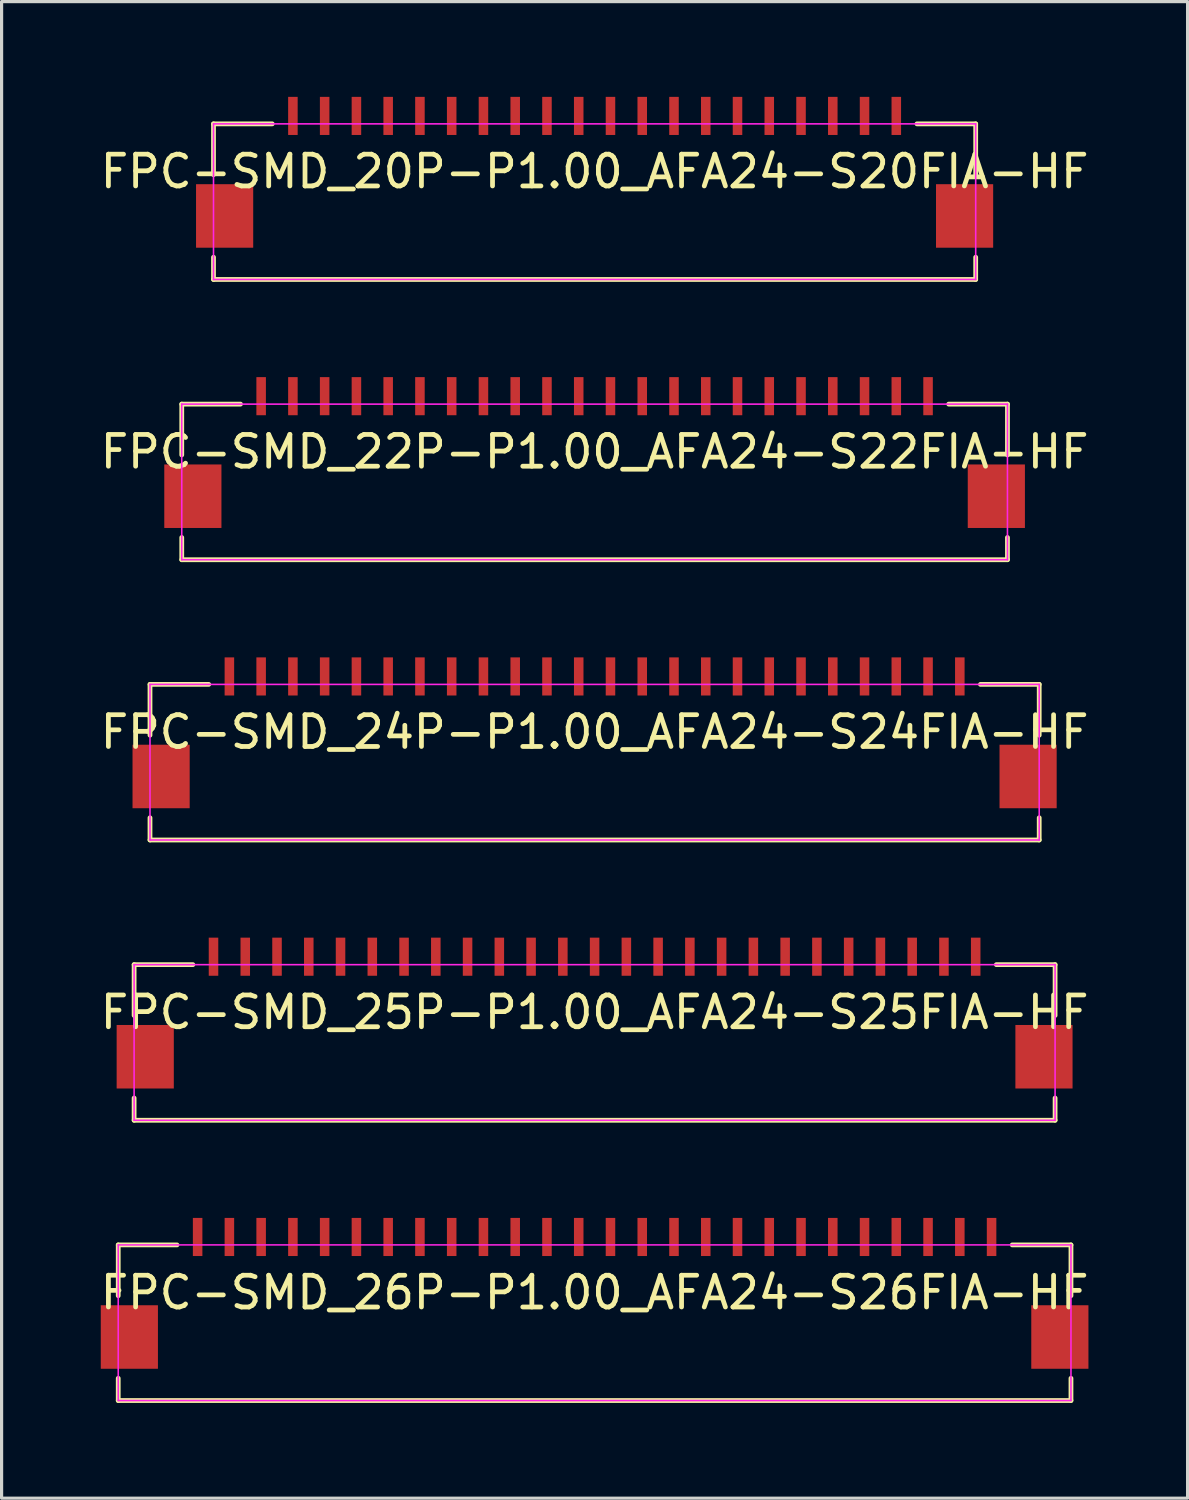
<source format=kicad_pcb>
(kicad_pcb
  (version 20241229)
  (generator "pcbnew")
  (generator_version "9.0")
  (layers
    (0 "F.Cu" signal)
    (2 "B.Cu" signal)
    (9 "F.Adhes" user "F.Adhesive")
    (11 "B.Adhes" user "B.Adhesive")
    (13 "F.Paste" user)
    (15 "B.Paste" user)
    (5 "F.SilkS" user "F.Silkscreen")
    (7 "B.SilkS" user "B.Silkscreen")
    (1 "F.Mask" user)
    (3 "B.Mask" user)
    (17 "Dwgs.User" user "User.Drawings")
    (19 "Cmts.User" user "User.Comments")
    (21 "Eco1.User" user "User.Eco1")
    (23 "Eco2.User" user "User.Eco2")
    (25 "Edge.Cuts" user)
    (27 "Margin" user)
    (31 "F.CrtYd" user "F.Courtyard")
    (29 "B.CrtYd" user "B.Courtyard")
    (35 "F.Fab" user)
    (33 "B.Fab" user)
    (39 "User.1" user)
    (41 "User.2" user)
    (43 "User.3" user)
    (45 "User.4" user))
  (footprint "FPC-SMD_26P-P1.00_AFA24-S26FIA-HF"
    (layer "F.Cu")
    (at 15.673 35.9)
    (property "Reference" "FPC-SMD_26P-P1.00_AFA24-S26FIA-HF" (at 0 1.75 0) (unlocked yes) (layer "F.SilkS") (effects (font (size 1 1) (thickness 0.15))))
    (fp_line (start -15 0.25) (end -15 1.85) (stroke (width 0.15) (type default)) (layer "F.SilkS"))
    (fp_line (start -15 0.25) (end -13.15 0.25) (stroke (width 0.15) (type default)) (layer "F.SilkS"))
    (fp_line (start -15 4.45) (end -15 5.15) (stroke (width 0.15) (type default)) (layer "F.SilkS"))
    (fp_line (start -15 5.15) (end 15 5.15) (stroke (width 0.15) (type default)) (layer "F.SilkS"))
    (fp_line (start 15 0.25) (end 13.15 0.25) (stroke (width 0.15) (type default)) (layer "F.SilkS"))
    (fp_line (start 15 0.25) (end 15 1.85) (stroke (width 0.15) (type default)) (layer "F.SilkS"))
    (fp_line (start 15 4.45) (end 15 5.15) (stroke (width 0.15) (type default)) (layer "F.SilkS"))
    (fp_line (start -15 0.25) (end -15 5.15) (stroke (width 0.05) (type default)) (layer "F.CrtYd"))
    (fp_line (start -15 0.25) (end 15 0.25) (stroke (width 0.05) (type default)) (layer "F.CrtYd"))
    (fp_line (start -15 5.15) (end 15 5.15) (stroke (width 0.05) (type default)) (layer "F.CrtYd"))
    (fp_line (start 15 0.25) (end 15 5.15) (stroke (width 0.05) (type default)) (layer "F.CrtYd"))
    (pad "0" smd rect (at -14.65 3.15) (size 1.8 2) (layers "F.Cu" "F.Mask" "F.Paste"))
    (pad "0" smd rect (at 14.65 3.15) (size 1.8 2) (layers "F.Cu" "F.Mask" "F.Paste"))
    (pad "1" smd rect (at -12.5 0) (size 0.3 1.2) (layers "F.Cu" "F.Mask" "F.Paste"))
    (pad "2" smd rect (at -11.5 0) (size 0.3 1.2) (layers "F.Cu" "F.Mask" "F.Paste"))
    (pad "3" smd rect (at -10.5 0) (size 0.3 1.2) (layers "F.Cu" "F.Mask" "F.Paste"))
    (pad "4" smd rect (at -9.5 0) (size 0.3 1.2) (layers "F.Cu" "F.Mask" "F.Paste"))
    (pad "5" smd rect (at -8.5 0) (size 0.3 1.2) (layers "F.Cu" "F.Mask" "F.Paste"))
    (pad "6" smd rect (at -7.5 0) (size 0.3 1.2) (layers "F.Cu" "F.Mask" "F.Paste"))
    (pad "7" smd rect (at -6.5 0) (size 0.3 1.2) (layers "F.Cu" "F.Mask" "F.Paste"))
    (pad "8" smd rect (at -5.5 0) (size 0.3 1.2) (layers "F.Cu" "F.Mask" "F.Paste"))
    (pad "9" smd rect (at -4.5 0) (size 0.3 1.2) (layers "F.Cu" "F.Mask" "F.Paste"))
    (pad "10" smd rect (at -3.5 0) (size 0.3 1.2) (layers "F.Cu" "F.Mask" "F.Paste"))
    (pad "11" smd rect (at -2.5 0) (size 0.3 1.2) (layers "F.Cu" "F.Mask" "F.Paste"))
    (pad "12" smd rect (at -1.5 0) (size 0.3 1.2) (layers "F.Cu" "F.Mask" "F.Paste"))
    (pad "13" smd rect (at -0.5 0) (size 0.3 1.2) (layers "F.Cu" "F.Mask" "F.Paste"))
    (pad "14" smd rect (at 0.5 0) (size 0.3 1.2) (layers "F.Cu" "F.Mask" "F.Paste"))
    (pad "15" smd rect (at 1.5 0) (size 0.3 1.2) (layers "F.Cu" "F.Mask" "F.Paste"))
    (pad "16" smd rect (at 2.5 0) (size 0.3 1.2) (layers "F.Cu" "F.Mask" "F.Paste"))
    (pad "17" smd rect (at 3.5 0) (size 0.3 1.2) (layers "F.Cu" "F.Mask" "F.Paste"))
    (pad "18" smd rect (at 4.5 0) (size 0.3 1.2) (layers "F.Cu" "F.Mask" "F.Paste"))
    (pad "19" smd rect (at 5.5 0) (size 0.3 1.2) (layers "F.Cu" "F.Mask" "F.Paste"))
    (pad "20" smd rect (at 6.5 0) (size 0.3 1.2) (layers "F.Cu" "F.Mask" "F.Paste"))
    (pad "21" smd rect (at 7.5 0) (size 0.3 1.2) (layers "F.Cu" "F.Mask" "F.Paste"))
    (pad "22" smd rect (at 8.5 0) (size 0.3 1.2) (layers "F.Cu" "F.Mask" "F.Paste"))
    (pad "23" smd rect (at 9.5 0) (size 0.3 1.2) (layers "F.Cu" "F.Mask" "F.Paste"))
    (pad "24" smd rect (at 10.5 0) (size 0.3 1.2) (layers "F.Cu" "F.Mask" "F.Paste"))
    (pad "25" smd rect (at 11.5 0) (size 0.3 1.2) (layers "F.Cu" "F.Mask" "F.Paste"))
    (pad "26" smd rect (at 12.5 0) (size 0.3 1.2) (layers "F.Cu" "F.Mask" "F.Paste")))
  (footprint "FPC-SMD_22P-P1.00_AFA24-S22FIA-HF"
    (layer "F.Cu")
    (at 15.673 9.425)
    (property "Reference" "FPC-SMD_22P-P1.00_AFA24-S22FIA-HF" (at 0 1.75 0) (unlocked yes) (layer "F.SilkS") (effects (font (size 1 1) (thickness 0.15))))
    (fp_line (start -13 0.25) (end -13 1.85) (stroke (width 0.15) (type default)) (layer "F.SilkS"))
    (fp_line (start -13 0.25) (end -11.15 0.25) (stroke (width 0.15) (type default)) (layer "F.SilkS"))
    (fp_line (start -13 4.45) (end -13 5.15) (stroke (width 0.15) (type default)) (layer "F.SilkS"))
    (fp_line (start -13 5.15) (end 13 5.15) (stroke (width 0.15) (type default)) (layer "F.SilkS"))
    (fp_line (start 13 0.25) (end 11.15 0.25) (stroke (width 0.15) (type default)) (layer "F.SilkS"))
    (fp_line (start 13 0.25) (end 13 1.85) (stroke (width 0.15) (type default)) (layer "F.SilkS"))
    (fp_line (start 13 4.45) (end 13 5.15) (stroke (width 0.15) (type default)) (layer "F.SilkS"))
    (fp_line (start -13 0.25) (end -13 5.15) (stroke (width 0.05) (type default)) (layer "F.CrtYd"))
    (fp_line (start -13 0.25) (end 13 0.25) (stroke (width 0.05) (type default)) (layer "F.CrtYd"))
    (fp_line (start -13 5.15) (end 13 5.15) (stroke (width 0.05) (type default)) (layer "F.CrtYd"))
    (fp_line (start 13 0.25) (end 13 5.15) (stroke (width 0.05) (type default)) (layer "F.CrtYd"))
    (pad "0" smd rect (at -12.65 3.15) (size 1.8 2) (layers "F.Cu" "F.Mask" "F.Paste"))
    (pad "0" smd rect (at 12.65 3.15) (size 1.8 2) (layers "F.Cu" "F.Mask" "F.Paste"))
    (pad "1" smd rect (at -10.5 0) (size 0.3 1.2) (layers "F.Cu" "F.Mask" "F.Paste"))
    (pad "2" smd rect (at -9.5 0) (size 0.3 1.2) (layers "F.Cu" "F.Mask" "F.Paste"))
    (pad "3" smd rect (at -8.5 0) (size 0.3 1.2) (layers "F.Cu" "F.Mask" "F.Paste"))
    (pad "4" smd rect (at -7.5 0) (size 0.3 1.2) (layers "F.Cu" "F.Mask" "F.Paste"))
    (pad "5" smd rect (at -6.5 0) (size 0.3 1.2) (layers "F.Cu" "F.Mask" "F.Paste"))
    (pad "6" smd rect (at -5.5 0) (size 0.3 1.2) (layers "F.Cu" "F.Mask" "F.Paste"))
    (pad "7" smd rect (at -4.5 0) (size 0.3 1.2) (layers "F.Cu" "F.Mask" "F.Paste"))
    (pad "8" smd rect (at -3.5 0) (size 0.3 1.2) (layers "F.Cu" "F.Mask" "F.Paste"))
    (pad "9" smd rect (at -2.5 0) (size 0.3 1.2) (layers "F.Cu" "F.Mask" "F.Paste"))
    (pad "10" smd rect (at -1.5 0) (size 0.3 1.2) (layers "F.Cu" "F.Mask" "F.Paste"))
    (pad "11" smd rect (at -0.5 0) (size 0.3 1.2) (layers "F.Cu" "F.Mask" "F.Paste"))
    (pad "12" smd rect (at 0.5 0) (size 0.3 1.2) (layers "F.Cu" "F.Mask" "F.Paste"))
    (pad "13" smd rect (at 1.5 0) (size 0.3 1.2) (layers "F.Cu" "F.Mask" "F.Paste"))
    (pad "14" smd rect (at 2.5 0) (size 0.3 1.2) (layers "F.Cu" "F.Mask" "F.Paste"))
    (pad "15" smd rect (at 3.5 0) (size 0.3 1.2) (layers "F.Cu" "F.Mask" "F.Paste"))
    (pad "16" smd rect (at 4.5 0) (size 0.3 1.2) (layers "F.Cu" "F.Mask" "F.Paste"))
    (pad "17" smd rect (at 5.5 0) (size 0.3 1.2) (layers "F.Cu" "F.Mask" "F.Paste"))
    (pad "18" smd rect (at 6.5 0) (size 0.3 1.2) (layers "F.Cu" "F.Mask" "F.Paste"))
    (pad "19" smd rect (at 7.5 0) (size 0.3 1.2) (layers "F.Cu" "F.Mask" "F.Paste"))
    (pad "20" smd rect (at 8.5 0) (size 0.3 1.2) (layers "F.Cu" "F.Mask" "F.Paste"))
    (pad "21" smd rect (at 9.5 0) (size 0.3 1.2) (layers "F.Cu" "F.Mask" "F.Paste"))
    (pad "22" smd rect (at 10.5 0) (size 0.3 1.2) (layers "F.Cu" "F.Mask" "F.Paste")))
  (footprint "FPC-SMD_24P-P1.00_AFA24-S24FIA-HF"
    (layer "F.Cu")
    (at 15.673 18.25)
    (property "Reference" "FPC-SMD_24P-P1.00_AFA24-S24FIA-HF" (at 0 1.75 0) (unlocked yes) (layer "F.SilkS") (effects (font (size 1 1) (thickness 0.15))))
    (fp_line (start -14 0.25) (end -14 1.85) (stroke (width 0.15) (type default)) (layer "F.SilkS"))
    (fp_line (start -14 0.25) (end -12.15 0.25) (stroke (width 0.15) (type default)) (layer "F.SilkS"))
    (fp_line (start -14 4.45) (end -14 5.15) (stroke (width 0.15) (type default)) (layer "F.SilkS"))
    (fp_line (start -14 5.15) (end 14 5.15) (stroke (width 0.15) (type default)) (layer "F.SilkS"))
    (fp_line (start 14 0.25) (end 12.15 0.25) (stroke (width 0.15) (type default)) (layer "F.SilkS"))
    (fp_line (start 14 0.25) (end 14 1.85) (stroke (width 0.15) (type default)) (layer "F.SilkS"))
    (fp_line (start 14 4.45) (end 14 5.15) (stroke (width 0.15) (type default)) (layer "F.SilkS"))
    (fp_line (start -14 0.25) (end -14 5.15) (stroke (width 0.05) (type default)) (layer "F.CrtYd"))
    (fp_line (start -14 0.25) (end 14 0.25) (stroke (width 0.05) (type default)) (layer "F.CrtYd"))
    (fp_line (start -14 5.15) (end 14 5.15) (stroke (width 0.05) (type default)) (layer "F.CrtYd"))
    (fp_line (start 14 0.25) (end 14 5.15) (stroke (width 0.05) (type default)) (layer "F.CrtYd"))
    (pad "0" smd rect (at -13.65 3.15) (size 1.8 2) (layers "F.Cu" "F.Mask" "F.Paste"))
    (pad "0" smd rect (at 13.65 3.15) (size 1.8 2) (layers "F.Cu" "F.Mask" "F.Paste"))
    (pad "1" smd rect (at -11.5 0) (size 0.3 1.2) (layers "F.Cu" "F.Mask" "F.Paste"))
    (pad "2" smd rect (at -10.5 0) (size 0.3 1.2) (layers "F.Cu" "F.Mask" "F.Paste"))
    (pad "3" smd rect (at -9.5 0) (size 0.3 1.2) (layers "F.Cu" "F.Mask" "F.Paste"))
    (pad "4" smd rect (at -8.5 0) (size 0.3 1.2) (layers "F.Cu" "F.Mask" "F.Paste"))
    (pad "5" smd rect (at -7.5 0) (size 0.3 1.2) (layers "F.Cu" "F.Mask" "F.Paste"))
    (pad "6" smd rect (at -6.5 0) (size 0.3 1.2) (layers "F.Cu" "F.Mask" "F.Paste"))
    (pad "7" smd rect (at -5.5 0) (size 0.3 1.2) (layers "F.Cu" "F.Mask" "F.Paste"))
    (pad "8" smd rect (at -4.5 0) (size 0.3 1.2) (layers "F.Cu" "F.Mask" "F.Paste"))
    (pad "9" smd rect (at -3.5 0) (size 0.3 1.2) (layers "F.Cu" "F.Mask" "F.Paste"))
    (pad "10" smd rect (at -2.5 0) (size 0.3 1.2) (layers "F.Cu" "F.Mask" "F.Paste"))
    (pad "11" smd rect (at -1.5 0) (size 0.3 1.2) (layers "F.Cu" "F.Mask" "F.Paste"))
    (pad "12" smd rect (at -0.5 0) (size 0.3 1.2) (layers "F.Cu" "F.Mask" "F.Paste"))
    (pad "13" smd rect (at 0.5 0) (size 0.3 1.2) (layers "F.Cu" "F.Mask" "F.Paste"))
    (pad "14" smd rect (at 1.5 0) (size 0.3 1.2) (layers "F.Cu" "F.Mask" "F.Paste"))
    (pad "15" smd rect (at 2.5 0) (size 0.3 1.2) (layers "F.Cu" "F.Mask" "F.Paste"))
    (pad "16" smd rect (at 3.5 0) (size 0.3 1.2) (layers "F.Cu" "F.Mask" "F.Paste"))
    (pad "17" smd rect (at 4.5 0) (size 0.3 1.2) (layers "F.Cu" "F.Mask" "F.Paste"))
    (pad "18" smd rect (at 5.5 0) (size 0.3 1.2) (layers "F.Cu" "F.Mask" "F.Paste"))
    (pad "19" smd rect (at 6.5 0) (size 0.3 1.2) (layers "F.Cu" "F.Mask" "F.Paste"))
    (pad "20" smd rect (at 7.5 0) (size 0.3 1.2) (layers "F.Cu" "F.Mask" "F.Paste"))
    (pad "21" smd rect (at 8.5 0) (size 0.3 1.2) (layers "F.Cu" "F.Mask" "F.Paste"))
    (pad "22" smd rect (at 9.5 0) (size 0.3 1.2) (layers "F.Cu" "F.Mask" "F.Paste"))
    (pad "23" smd rect (at 10.5 0) (size 0.3 1.2) (layers "F.Cu" "F.Mask" "F.Paste"))
    (pad "24" smd rect (at 11.5 0) (size 0.3 1.2) (layers "F.Cu" "F.Mask" "F.Paste")))
  (footprint "FPC-SMD_25P-P1.00_AFA24-S25FIA-HF"
    (layer "F.Cu")
    (at 15.673 27.075)
    (property "Reference" "FPC-SMD_25P-P1.00_AFA24-S25FIA-HF" (at 0 1.75 0) (unlocked yes) (layer "F.SilkS") (effects (font (size 1 1) (thickness 0.15))))
    (fp_line (start -14.5 0.25) (end -14.5 1.85) (stroke (width 0.15) (type default)) (layer "F.SilkS"))
    (fp_line (start -14.5 0.25) (end -12.65 0.25) (stroke (width 0.15) (type default)) (layer "F.SilkS"))
    (fp_line (start -14.5 4.45) (end -14.5 5.15) (stroke (width 0.15) (type default)) (layer "F.SilkS"))
    (fp_line (start -14.5 5.15) (end 14.5 5.15) (stroke (width 0.15) (type default)) (layer "F.SilkS"))
    (fp_line (start 14.5 0.25) (end 12.65 0.25) (stroke (width 0.15) (type default)) (layer "F.SilkS"))
    (fp_line (start 14.5 0.25) (end 14.5 1.85) (stroke (width 0.15) (type default)) (layer "F.SilkS"))
    (fp_line (start 14.5 4.45) (end 14.5 5.15) (stroke (width 0.15) (type default)) (layer "F.SilkS"))
    (fp_line (start -14.5 0.25) (end -14.5 5.15) (stroke (width 0.05) (type default)) (layer "F.CrtYd"))
    (fp_line (start -14.5 0.25) (end 14.5 0.25) (stroke (width 0.05) (type default)) (layer "F.CrtYd"))
    (fp_line (start -14.5 5.15) (end 14.5 5.15) (stroke (width 0.05) (type default)) (layer "F.CrtYd"))
    (fp_line (start 14.5 0.25) (end 14.5 5.15) (stroke (width 0.05) (type default)) (layer "F.CrtYd"))
    (pad "0" smd rect (at -14.15 3.15) (size 1.8 2) (layers "F.Cu" "F.Mask" "F.Paste"))
    (pad "0" smd rect (at 14.15 3.15) (size 1.8 2) (layers "F.Cu" "F.Mask" "F.Paste"))
    (pad "1" smd rect (at -12 0) (size 0.3 1.2) (layers "F.Cu" "F.Mask" "F.Paste"))
    (pad "2" smd rect (at -11 0) (size 0.3 1.2) (layers "F.Cu" "F.Mask" "F.Paste"))
    (pad "3" smd rect (at -10 0) (size 0.3 1.2) (layers "F.Cu" "F.Mask" "F.Paste"))
    (pad "4" smd rect (at -9 0) (size 0.3 1.2) (layers "F.Cu" "F.Mask" "F.Paste"))
    (pad "5" smd rect (at -8 0) (size 0.3 1.2) (layers "F.Cu" "F.Mask" "F.Paste"))
    (pad "6" smd rect (at -7 0) (size 0.3 1.2) (layers "F.Cu" "F.Mask" "F.Paste"))
    (pad "7" smd rect (at -6 0) (size 0.3 1.2) (layers "F.Cu" "F.Mask" "F.Paste"))
    (pad "8" smd rect (at -5 0) (size 0.3 1.2) (layers "F.Cu" "F.Mask" "F.Paste"))
    (pad "9" smd rect (at -4 0) (size 0.3 1.2) (layers "F.Cu" "F.Mask" "F.Paste"))
    (pad "10" smd rect (at -3 0) (size 0.3 1.2) (layers "F.Cu" "F.Mask" "F.Paste"))
    (pad "11" smd rect (at -2 0) (size 0.3 1.2) (layers "F.Cu" "F.Mask" "F.Paste"))
    (pad "12" smd rect (at -1 0) (size 0.3 1.2) (layers "F.Cu" "F.Mask" "F.Paste"))
    (pad "13" smd rect (at 0 0) (size 0.3 1.2) (layers "F.Cu" "F.Mask" "F.Paste"))
    (pad "14" smd rect (at 1 0) (size 0.3 1.2) (layers "F.Cu" "F.Mask" "F.Paste"))
    (pad "15" smd rect (at 2 0) (size 0.3 1.2) (layers "F.Cu" "F.Mask" "F.Paste"))
    (pad "16" smd rect (at 3 0) (size 0.3 1.2) (layers "F.Cu" "F.Mask" "F.Paste"))
    (pad "17" smd rect (at 4 0) (size 0.3 1.2) (layers "F.Cu" "F.Mask" "F.Paste"))
    (pad "18" smd rect (at 5 0) (size 0.3 1.2) (layers "F.Cu" "F.Mask" "F.Paste"))
    (pad "19" smd rect (at 6 0) (size 0.3 1.2) (layers "F.Cu" "F.Mask" "F.Paste"))
    (pad "20" smd rect (at 7 0) (size 0.3 1.2) (layers "F.Cu" "F.Mask" "F.Paste"))
    (pad "21" smd rect (at 8 0) (size 0.3 1.2) (layers "F.Cu" "F.Mask" "F.Paste"))
    (pad "22" smd rect (at 9 0) (size 0.3 1.2) (layers "F.Cu" "F.Mask" "F.Paste"))
    (pad "23" smd rect (at 10 0) (size 0.3 1.2) (layers "F.Cu" "F.Mask" "F.Paste"))
    (pad "24" smd rect (at 11 0) (size 0.3 1.2) (layers "F.Cu" "F.Mask" "F.Paste"))
    (pad "25" smd rect (at 12 0) (size 0.3 1.2) (layers "F.Cu" "F.Mask" "F.Paste")))
  (footprint "FPC-SMD_20P-P1.00_AFA24-S20FIA-HF"
    (layer "F.Cu")
    (at 15.673 0.6)
    (property "Reference" "FPC-SMD_20P-P1.00_AFA24-S20FIA-HF" (at 0 1.75 0) (unlocked yes) (layer "F.SilkS") (effects (font (size 1 1) (thickness 0.15))))
    (fp_line (start -12 0.25) (end -12 1.85) (stroke (width 0.15) (type default)) (layer "F.SilkS"))
    (fp_line (start -12 0.25) (end -10.15 0.25) (stroke (width 0.15) (type default)) (layer "F.SilkS"))
    (fp_line (start -12 4.45) (end -12 5.15) (stroke (width 0.15) (type default)) (layer "F.SilkS"))
    (fp_line (start -12 5.15) (end 12 5.15) (stroke (width 0.15) (type default)) (layer "F.SilkS"))
    (fp_line (start 12 0.25) (end 10.15 0.25) (stroke (width 0.15) (type default)) (layer "F.SilkS"))
    (fp_line (start 12 0.25) (end 12 1.85) (stroke (width 0.15) (type default)) (layer "F.SilkS"))
    (fp_line (start 12 4.45) (end 12 5.15) (stroke (width 0.15) (type default)) (layer "F.SilkS"))
    (fp_line (start -12 0.25) (end -12 5.15) (stroke (width 0.05) (type default)) (layer "F.CrtYd"))
    (fp_line (start -12 0.25) (end 12 0.25) (stroke (width 0.05) (type default)) (layer "F.CrtYd"))
    (fp_line (start -12 5.15) (end 12 5.15) (stroke (width 0.05) (type default)) (layer "F.CrtYd"))
    (fp_line (start 12 0.25) (end 12 5.15) (stroke (width 0.05) (type default)) (layer "F.CrtYd"))
    (pad "0" smd rect (at -11.65 3.15) (size 1.8 2) (layers "F.Cu" "F.Mask" "F.Paste"))
    (pad "0" smd rect (at 11.65 3.15) (size 1.8 2) (layers "F.Cu" "F.Mask" "F.Paste"))
    (pad "1" smd rect (at -9.5 0) (size 0.3 1.2) (layers "F.Cu" "F.Mask" "F.Paste"))
    (pad "2" smd rect (at -8.5 0) (size 0.3 1.2) (layers "F.Cu" "F.Mask" "F.Paste"))
    (pad "3" smd rect (at -7.5 0) (size 0.3 1.2) (layers "F.Cu" "F.Mask" "F.Paste"))
    (pad "4" smd rect (at -6.5 0) (size 0.3 1.2) (layers "F.Cu" "F.Mask" "F.Paste"))
    (pad "5" smd rect (at -5.5 0) (size 0.3 1.2) (layers "F.Cu" "F.Mask" "F.Paste"))
    (pad "6" smd rect (at -4.5 0) (size 0.3 1.2) (layers "F.Cu" "F.Mask" "F.Paste"))
    (pad "7" smd rect (at -3.5 0) (size 0.3 1.2) (layers "F.Cu" "F.Mask" "F.Paste"))
    (pad "8" smd rect (at -2.5 0) (size 0.3 1.2) (layers "F.Cu" "F.Mask" "F.Paste"))
    (pad "9" smd rect (at -1.5 0) (size 0.3 1.2) (layers "F.Cu" "F.Mask" "F.Paste"))
    (pad "10" smd rect (at -0.5 0) (size 0.3 1.2) (layers "F.Cu" "F.Mask" "F.Paste"))
    (pad "11" smd rect (at 0.5 0) (size 0.3 1.2) (layers "F.Cu" "F.Mask" "F.Paste"))
    (pad "12" smd rect (at 1.5 0) (size 0.3 1.2) (layers "F.Cu" "F.Mask" "F.Paste"))
    (pad "13" smd rect (at 2.5 0) (size 0.3 1.2) (layers "F.Cu" "F.Mask" "F.Paste"))
    (pad "14" smd rect (at 3.5 0) (size 0.3 1.2) (layers "F.Cu" "F.Mask" "F.Paste"))
    (pad "15" smd rect (at 4.5 0) (size 0.3 1.2) (layers "F.Cu" "F.Mask" "F.Paste"))
    (pad "16" smd rect (at 5.5 0) (size 0.3 1.2) (layers "F.Cu" "F.Mask" "F.Paste"))
    (pad "17" smd rect (at 6.5 0) (size 0.3 1.2) (layers "F.Cu" "F.Mask" "F.Paste"))
    (pad "18" smd rect (at 7.5 0) (size 0.3 1.2) (layers "F.Cu" "F.Mask" "F.Paste"))
    (pad "19" smd rect (at 8.5 0) (size 0.3 1.2) (layers "F.Cu" "F.Mask" "F.Paste"))
    (pad "20" smd rect (at 9.5 0) (size 0.3 1.2) (layers "F.Cu" "F.Mask" "F.Paste")))
  (gr_rect
    (start -3 -3)
    (end 34.345 44.125)
    (stroke (width 0.1) (type default))
    (fill no)
    (layer "Edge.Cuts")))
</source>
